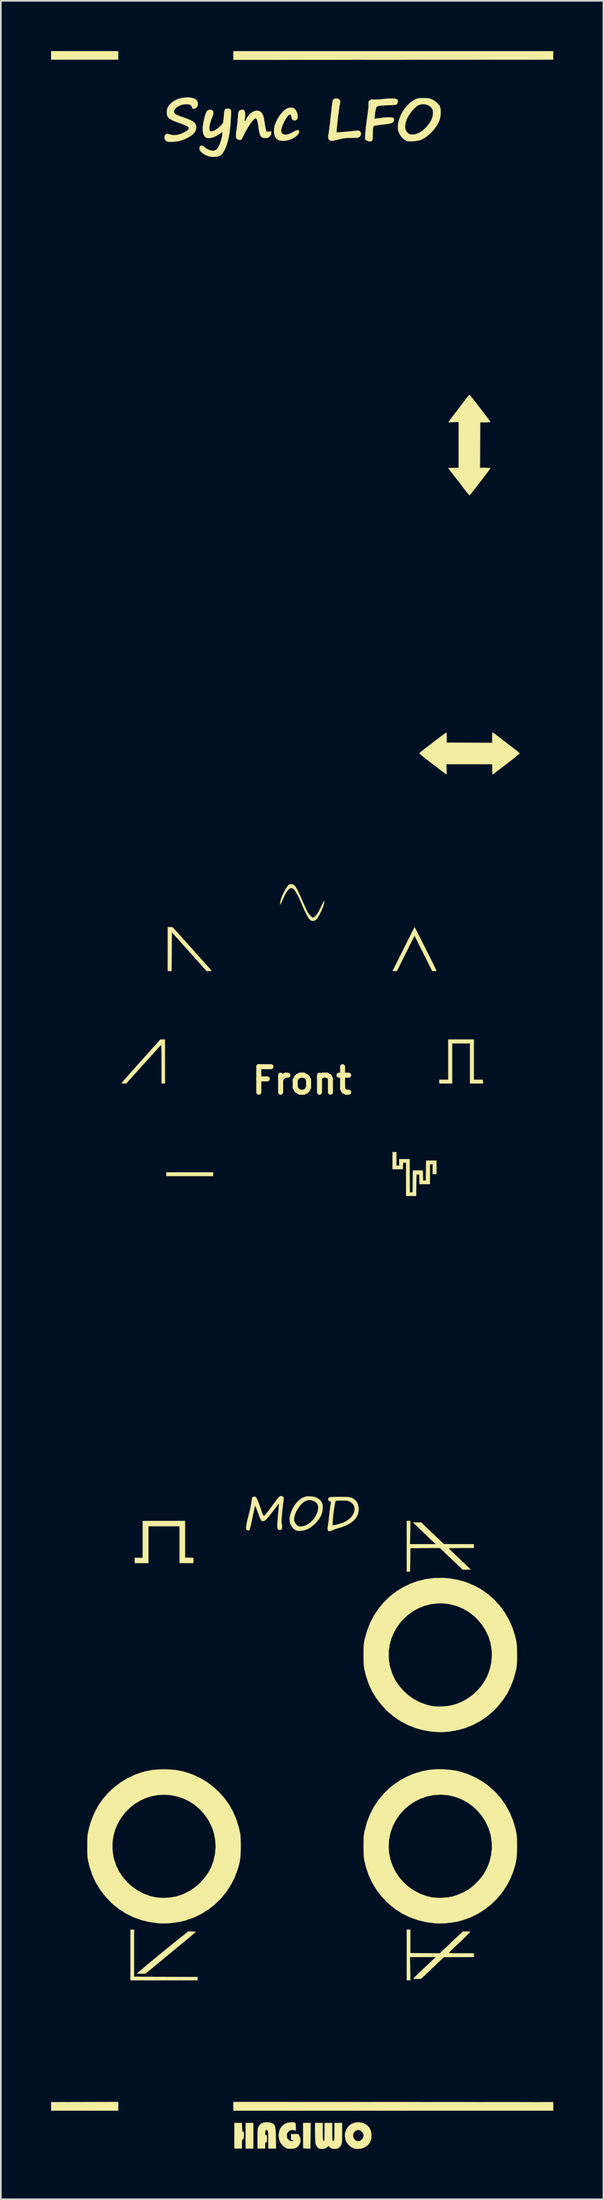
<source format=kicad_pcb>
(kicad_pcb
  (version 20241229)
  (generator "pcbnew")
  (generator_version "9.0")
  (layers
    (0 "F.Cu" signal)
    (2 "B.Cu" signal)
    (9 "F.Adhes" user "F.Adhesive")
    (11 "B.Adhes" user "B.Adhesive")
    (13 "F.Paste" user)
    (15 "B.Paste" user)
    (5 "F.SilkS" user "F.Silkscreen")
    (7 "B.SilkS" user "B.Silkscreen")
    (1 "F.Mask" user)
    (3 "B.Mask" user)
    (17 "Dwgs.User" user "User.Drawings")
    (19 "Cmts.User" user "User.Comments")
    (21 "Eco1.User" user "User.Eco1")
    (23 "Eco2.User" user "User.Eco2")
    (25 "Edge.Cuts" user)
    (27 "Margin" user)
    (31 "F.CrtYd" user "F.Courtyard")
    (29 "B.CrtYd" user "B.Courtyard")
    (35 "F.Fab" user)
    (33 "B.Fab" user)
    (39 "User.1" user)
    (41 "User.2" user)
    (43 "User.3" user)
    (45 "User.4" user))
  (footprint "Front"
    (layer "F.Cu")
    (at 14.991 61.501)
    (property "Reference" "Front" (at 0 0 0) (layer "F.SilkS") (effects (font (size 1.524 1.524) (thickness 0.3))))
    (attr through_hole)
    (fp_poly (pts (xy -10.978 -60.988) (xy -14.986 -60.988) (xy -14.986 -61.496) (xy -10.978 -61.496) (xy -10.978 -60.988)) (stroke (width 0.01) (type solid)) (fill yes) (layer "F.SilkS"))
    (fp_poly (pts (xy -5.306 5.701) (xy -8.1 5.701) (xy -8.1 5.475) (xy -5.306 5.475) (xy -5.306 5.701)) (stroke (width 0.01) (type solid)) (fill yes) (layer "F.SilkS"))
    (fp_poly (pts (xy 5.461 61.009) (xy 15.014 61.017) (xy 15.014 61.524) (xy -4.092 61.524) (xy -4.092 61.002) (xy 5.461 61.009)) (stroke (width 0.01) (type solid)) (fill yes) (layer "F.SilkS"))
    (fp_poly (pts (xy 15.014 -60.988) (xy 5.461 -60.981) (xy -4.092 -60.974) (xy -4.092 -61.496) (xy 15.014 -61.496) (xy 15.014 -60.988)) (stroke (width 0.01) (type solid)) (fill yes) (layer "F.SilkS"))
    (fp_poly (pts (xy -10.978 61.263) (xy -10.978 61.524) (xy -14.986 61.524) (xy -14.986 61.017) (xy -12.982 61.01) (xy -10.978 61.002) (xy -10.978 61.263)) (stroke (width 0.01) (type solid)) (fill yes) (layer "F.SilkS"))
    (fp_poly (pts (xy -10.033 53.523) (xy -6.237 53.538) (xy -6.237 53.735) (xy -10.245 53.735) (xy -10.245 50.715) (xy -10.139 50.715) (xy -10.033 50.715) (xy -10.033 53.523)) (stroke (width 0.01) (type solid)) (fill yes) (layer "F.SilkS"))
    (fp_poly (pts (xy -2.907 63.782) (xy -3.356 63.782) (xy -3.365 63.493) (xy -3.367 63.36) (xy -3.368 63.189) (xy -3.367 62.998) (xy -3.365 62.807) (xy -3.364 62.731) (xy -3.356 62.258) (xy -2.907 62.258) (xy -2.907 63.782)) (stroke (width 0.01) (type solid)) (fill yes) (layer "F.SilkS"))
    (fp_poly (pts (xy -6.985 28.49) (xy -6.491 28.507) (xy -6.491 28.815) (xy -7.31 28.815) (xy -7.31 26.614) (xy -9.172 26.614) (xy -9.172 28.815) (xy -9.991 28.815) (xy -9.991 28.504) (xy -9.511 28.504) (xy -9.511 26.303) (xy -8.248 26.303) (xy -6.985 26.303) (xy -6.985 28.49)) (stroke (width 0.01) (type solid)) (fill yes) (layer "F.SilkS"))
    (fp_poly (pts (xy 10.273 -0.056) (xy 10.803 -0.056) (xy 10.814 0.056) (xy 10.825 0.169) (xy 10.047 0.169) (xy 10.047 -2.23) (xy 8.975 -2.23) (xy 8.975 0.169) (xy 8.213 0.169) (xy 8.213 -0.056) (xy 8.749 -0.056) (xy 8.749 -2.455) (xy 10.273 -2.455) (xy 10.273 -0.056)) (stroke (width 0.01) (type solid)) (fill yes) (layer "F.SilkS"))
    (fp_poly (pts (xy 0.514 63.02) (xy 0.506 63.782) (xy 0.295 63.782) (xy 0.194 63.78) (xy 0.119 63.773) (xy 0.085 63.763) (xy 0.084 63.761) (xy 0.083 63.728) (xy 0.082 63.647) (xy 0.081 63.524) (xy 0.08 63.368) (xy 0.078 63.186) (xy 0.077 62.999) (xy 0.071 62.258) (xy 0.522 62.258) (xy 0.514 63.02)) (stroke (width 0.01) (type solid)) (fill yes) (layer "F.SilkS"))
    (fp_poly (pts (xy -3.578 62.519) (xy -3.573 62.643) (xy -3.566 62.72) (xy -3.554 62.764) (xy -3.534 62.783) (xy -3.514 62.788) (xy -3.485 62.797) (xy -3.469 62.822) (xy -3.463 62.876) (xy -3.465 62.97) (xy -3.466 63.004) (xy -3.473 63.114) (xy -3.484 63.179) (xy -3.503 63.213) (xy -3.53 63.227) (xy -3.555 63.238) (xy -3.571 63.266) (xy -3.58 63.319) (xy -3.584 63.409) (xy -3.584 63.511) (xy -3.584 63.782) (xy -4.036 63.782) (xy -4.036 62.258) (xy -3.586 62.258) (xy -3.578 62.519)) (stroke (width 0.01) (type solid)) (fill yes) (layer "F.SilkS"))
    (fp_poly (pts (xy -7.881 -9.172) (xy -7.795 -9.167) (xy -7.732 -9.157) (xy -7.717 -9.151) (xy -7.695 -9.128) (xy -7.64 -9.067) (xy -7.554 -8.973) (xy -7.443 -8.851) (xy -7.311 -8.704) (xy -7.16 -8.537) (xy -6.996 -8.355) (xy -6.823 -8.162) (xy -6.643 -7.962) (xy -6.462 -7.76) (xy -6.283 -7.561) (xy -6.111 -7.368) (xy -5.948 -7.187) (xy -5.8 -7.021) (xy -5.67 -6.876) (xy -5.563 -6.754) (xy -5.481 -6.662) (xy -5.43 -6.604) (xy -5.424 -6.597) (xy -5.404 -6.569) (xy -5.413 -6.554) (xy -5.461 -6.548) (xy -5.536 -6.548) (xy -5.691 -6.548) (xy -6.733 -7.71) (xy -7.775 -8.873) (xy -7.783 -7.71) (xy -7.79 -6.548) (xy -8.015 -6.548) (xy -8.015 -9.172) (xy -7.881 -9.172)) (stroke (width 0.01) (type solid)) (fill yes) (layer "F.SilkS"))
    (fp_poly (pts (xy 5.644 5.08) (xy 5.814 5.08) (xy 5.814 4.685) (xy 6.434 4.685) (xy 6.441 5.68) (xy 6.449 6.675) (xy 6.618 6.675) (xy 6.626 6.018) (xy 6.633 5.362) (xy 7.223 5.362) (xy 7.231 5.666) (xy 7.239 5.969) (xy 7.408 5.969) (xy 7.416 5.369) (xy 7.424 4.77) (xy 8.043 4.77) (xy 8.043 5.588) (xy 7.818 5.588) (xy 7.818 4.995) (xy 7.648 4.995) (xy 7.648 6.181) (xy 7.029 6.181) (xy 7.021 5.891) (xy 7.013 5.602) (xy 6.844 5.602) (xy 6.829 6.886) (xy 6.223 6.886) (xy 6.223 4.897) (xy 6.054 4.897) (xy 6.04 5.094) (xy 6.025 5.292) (xy 5.419 5.292) (xy 5.419 4.777) (xy 5.419 4.262) (xy 5.644 4.262) (xy 5.644 5.08)) (stroke (width 0.01) (type solid)) (fill yes) (layer "F.SilkS"))
    (fp_poly (pts (xy -8.184 0.169) (xy -8.382 0.169) (xy -8.382 -0.99) (xy -8.383 -1.285) (xy -8.384 -1.541) (xy -8.387 -1.756) (xy -8.392 -1.926) (xy -8.397 -2.049) (xy -8.403 -2.121) (xy -8.409 -2.14) (xy -8.432 -2.118) (xy -8.49 -2.058) (xy -8.578 -1.963) (xy -8.693 -1.837) (xy -8.831 -1.685) (xy -8.99 -1.511) (xy -9.165 -1.317) (xy -9.354 -1.108) (xy -9.468 -0.981) (xy -10.501 0.169) (xy -10.642 0.169) (xy -10.725 0.167) (xy -10.762 0.156) (xy -10.764 0.134) (xy -10.76 0.126) (xy -10.737 0.098) (xy -10.68 0.032) (xy -10.592 -0.069) (xy -10.476 -0.201) (xy -10.336 -0.359) (xy -10.174 -0.541) (xy -9.995 -0.741) (xy -9.802 -0.958) (xy -9.598 -1.186) (xy -9.598 -1.186) (xy -8.46 -2.455) (xy -8.184 -2.455) (xy -8.184 0.169)) (stroke (width 0.01) (type solid)) (fill yes) (layer "F.SilkS"))
    (fp_poly (pts (xy 6.746 -9.145) (xy 6.782 -9.078) (xy 6.837 -8.972) (xy 6.909 -8.832) (xy 6.994 -8.665) (xy 7.09 -8.476) (xy 7.193 -8.272) (xy 7.302 -8.057) (xy 7.412 -7.838) (xy 7.521 -7.62) (xy 7.627 -7.409) (xy 7.726 -7.211) (xy 7.815 -7.032) (xy 7.891 -6.877) (xy 7.952 -6.752) (xy 7.994 -6.664) (xy 8.016 -6.617) (xy 8.016 -6.615) (xy 8.028 -6.574) (xy 8.015 -6.554) (xy 7.963 -6.548) (xy 7.916 -6.548) (xy 7.789 -6.548) (xy 7.26 -7.606) (xy 6.731 -8.664) (xy 6.202 -7.606) (xy 5.673 -6.548) (xy 5.419 -6.548) (xy 6.071 -7.853) (xy 6.197 -8.105) (xy 6.315 -8.341) (xy 6.423 -8.557) (xy 6.519 -8.747) (xy 6.6 -8.908) (xy 6.664 -9.035) (xy 6.708 -9.121) (xy 6.73 -9.164) (xy 6.732 -9.168) (xy 6.746 -9.145)) (stroke (width 0.01) (type solid)) (fill yes) (layer "F.SilkS"))
    (fp_poly (pts (xy -6.639 50.823) (xy -6.534 50.828) (xy -6.338 50.842) (xy -6.506 50.987) (xy -6.558 51.031) (xy -6.649 51.108) (xy -6.775 51.213) (xy -6.932 51.343) (xy -7.114 51.494) (xy -7.319 51.663) (xy -7.54 51.846) (xy -7.775 52.04) (xy -8.013 52.236) (xy -9.352 53.34) (xy -9.601 53.34) (xy -9.711 53.339) (xy -9.797 53.336) (xy -9.844 53.332) (xy -9.85 53.329) (xy -9.828 53.307) (xy -9.767 53.253) (xy -9.671 53.17) (xy -9.544 53.062) (xy -9.39 52.933) (xy -9.213 52.787) (xy -9.019 52.625) (xy -8.81 52.454) (xy -8.592 52.274) (xy -8.369 52.092) (xy -8.145 51.908) (xy -7.924 51.729) (xy -7.711 51.555) (xy -7.51 51.393) (xy -7.325 51.244) (xy -7.16 51.112) (xy -7.021 51.001) (xy -6.911 50.915) (xy -6.834 50.857) (xy -6.795 50.83) (xy -6.792 50.828) (xy -6.733 50.823) (xy -6.639 50.823)) (stroke (width 0.01) (type solid)) (fill yes) (layer "F.SilkS"))
    (fp_poly (pts (xy 6.46 27.686) (xy 8.001 27.686) (xy 7.62 27.327) (xy 7.47 27.186) (xy 7.308 27.031) (xy 7.148 26.878) (xy 7.006 26.741) (xy 6.943 26.679) (xy 6.646 26.388) (xy 7.126 26.391) (xy 8.481 27.684) (xy 9.377 27.685) (xy 10.273 27.686) (xy 10.273 27.912) (xy 9.525 27.912) (xy 9.326 27.913) (xy 9.147 27.915) (xy 8.996 27.919) (xy 8.878 27.924) (xy 8.803 27.929) (xy 8.777 27.936) (xy 8.797 27.96) (xy 8.853 28.019) (xy 8.939 28.105) (xy 9.052 28.215) (xy 9.185 28.343) (xy 9.333 28.483) (xy 9.363 28.511) (xy 9.517 28.657) (xy 9.662 28.794) (xy 9.79 28.916) (xy 9.895 29.017) (xy 9.972 29.092) (xy 10.014 29.134) (xy 10.017 29.136) (xy 10.085 29.21) (xy 9.61 29.209) (xy 8.243 27.911) (xy 7.36 27.918) (xy 6.477 27.926) (xy 6.462 29.323) (xy 6.265 29.323) (xy 6.265 26.303) (xy 6.371 26.303) (xy 6.477 26.303) (xy 6.46 27.686)) (stroke (width 0.01) (type solid)) (fill yes) (layer "F.SilkS"))
    (fp_poly (pts (xy 3.601 62.248) (xy 3.739 62.299) (xy 3.911 62.411) (xy 4.038 62.556) (xy 4.119 62.734) (xy 4.155 62.945) (xy 4.157 63.02) (xy 4.138 63.223) (xy 4.079 63.393) (xy 3.977 63.54) (xy 3.901 63.614) (xy 3.749 63.714) (xy 3.568 63.781) (xy 3.377 63.811) (xy 3.192 63.799) (xy 3.132 63.784) (xy 2.96 63.705) (xy 2.808 63.585) (xy 2.688 63.436) (xy 2.612 63.272) (xy 2.573 63.054) (xy 2.579 62.961) (xy 3.057 62.961) (xy 3.057 63.078) (xy 3.101 63.19) (xy 3.137 63.238) (xy 3.244 63.324) (xy 3.353 63.355) (xy 3.469 63.33) (xy 3.522 63.302) (xy 3.612 63.218) (xy 3.671 63.106) (xy 3.689 62.985) (xy 3.685 62.95) (xy 3.642 62.849) (xy 3.562 62.759) (xy 3.463 62.697) (xy 3.379 62.676) (xy 3.26 62.696) (xy 3.163 62.758) (xy 3.093 62.851) (xy 3.057 62.961) (xy 2.579 62.961) (xy 2.585 62.848) (xy 2.645 62.659) (xy 2.752 62.494) (xy 2.902 62.36) (xy 3.006 62.299) (xy 3.195 62.236) (xy 3.399 62.219) (xy 3.601 62.248)) (stroke (width 0.01) (type solid)) (fill yes) (layer "F.SilkS"))
    (fp_poly (pts (xy -1.895 62.237) (xy -1.771 62.278) (xy -1.742 62.294) (xy -1.689 62.334) (xy -1.648 62.382) (xy -1.617 62.446) (xy -1.594 62.532) (xy -1.578 62.649) (xy -1.568 62.802) (xy -1.561 62.999) (xy -1.557 63.168) (xy -1.547 63.782) (xy -2.004 63.782) (xy -2.004 63.286) (xy -2.005 63.083) (xy -2.01 62.93) (xy -2.02 62.82) (xy -2.035 62.747) (xy -2.058 62.704) (xy -2.089 62.685) (xy -2.115 62.682) (xy -2.163 62.699) (xy -2.191 62.754) (xy -2.201 62.856) (xy -2.201 62.881) (xy -2.196 62.954) (xy -2.176 62.986) (xy -2.145 62.992) (xy -2.116 62.997) (xy -2.099 63.02) (xy -2.091 63.072) (xy -2.089 63.166) (xy -2.088 63.204) (xy -2.09 63.312) (xy -2.096 63.375) (xy -2.11 63.406) (xy -2.135 63.415) (xy -2.145 63.415) (xy -2.175 63.421) (xy -2.192 63.447) (xy -2.2 63.504) (xy -2.201 63.599) (xy -2.201 63.782) (xy -2.653 63.782) (xy -2.653 63.196) (xy -2.653 62.997) (xy -2.651 62.847) (xy -2.648 62.735) (xy -2.641 62.654) (xy -2.631 62.594) (xy -2.617 62.546) (xy -2.598 62.502) (xy -2.589 62.485) (xy -2.536 62.399) (xy -2.477 62.328) (xy -2.455 62.31) (xy -2.345 62.257) (xy -2.201 62.227) (xy -2.045 62.221) (xy -1.895 62.237)) (stroke (width 0.01) (type solid)) (fill yes) (layer "F.SilkS"))
    (fp_poly (pts (xy -0.533 62.224) (xy -0.447 62.235) (xy -0.397 62.265) (xy -0.374 62.325) (xy -0.367 62.421) (xy -0.367 62.489) (xy -0.367 62.716) (xy -0.444 62.697) (xy -0.505 62.682) (xy -0.547 62.676) (xy -0.601 62.677) (xy -0.631 62.678) (xy -0.716 62.706) (xy -0.807 62.778) (xy -0.866 62.844) (xy -0.894 62.906) (xy -0.903 62.99) (xy -0.903 63.02) (xy -0.898 63.116) (xy -0.875 63.182) (xy -0.827 63.242) (xy -0.822 63.247) (xy -0.729 63.318) (xy -0.632 63.354) (xy -0.55 63.349) (xy -0.511 63.319) (xy -0.52 63.289) (xy -0.573 63.274) (xy -0.579 63.274) (xy -0.617 63.271) (xy -0.638 63.252) (xy -0.647 63.205) (xy -0.649 63.116) (xy -0.649 63.098) (xy -0.649 62.921) (xy -0.43 62.923) (xy -0.212 62.925) (xy -0.146 63.05) (xy -0.095 63.203) (xy -0.091 63.361) (xy -0.132 63.51) (xy -0.213 63.639) (xy -0.333 63.736) (xy -0.347 63.744) (xy -0.441 63.775) (xy -0.569 63.794) (xy -0.706 63.8) (xy -0.831 63.791) (xy -0.898 63.776) (xy -1.022 63.711) (xy -1.144 63.607) (xy -1.25 63.48) (xy -1.325 63.344) (xy -1.328 63.337) (xy -1.371 63.164) (xy -1.383 62.977) (xy -1.363 62.794) (xy -1.313 62.634) (xy -1.29 62.59) (xy -1.166 62.425) (xy -1.018 62.31) (xy -0.842 62.243) (xy -0.666 62.223) (xy -0.533 62.224)) (stroke (width 0.01) (type solid)) (fill yes) (layer "F.SilkS"))
    (fp_poly (pts (xy -0.532 -58.108) (xy -0.436 -58.053) (xy -0.356 -57.954) (xy -0.296 -57.831) (xy -0.261 -57.699) (xy -0.252 -57.572) (xy -0.272 -57.465) (xy -0.31 -57.404) (xy -0.39 -57.358) (xy -0.477 -57.357) (xy -0.554 -57.394) (xy -0.607 -57.463) (xy -0.621 -57.533) (xy -0.634 -57.619) (xy -0.668 -57.685) (xy -0.714 -57.714) (xy -0.717 -57.714) (xy -0.773 -57.689) (xy -0.842 -57.621) (xy -0.919 -57.519) (xy -0.998 -57.393) (xy -1.074 -57.253) (xy -1.141 -57.109) (xy -1.194 -56.97) (xy -1.227 -56.847) (xy -1.233 -56.804) (xy -1.24 -56.71) (xy -1.232 -56.651) (xy -1.205 -56.605) (xy -1.176 -56.574) (xy -1.08 -56.516) (xy -0.952 -56.504) (xy -0.796 -56.537) (xy -0.612 -56.615) (xy -0.486 -56.686) (xy -0.358 -56.752) (xy -0.258 -56.78) (xy -0.191 -56.77) (xy -0.162 -56.731) (xy -0.167 -56.639) (xy -0.223 -56.537) (xy -0.33 -56.428) (xy -0.396 -56.376) (xy -0.585 -56.262) (xy -0.791 -56.182) (xy -1.001 -56.141) (xy -1.2 -56.139) (xy -1.362 -56.174) (xy -1.47 -56.222) (xy -1.543 -56.284) (xy -1.6 -56.378) (xy -1.615 -56.41) (xy -1.654 -56.55) (xy -1.668 -56.722) (xy -1.655 -56.906) (xy -1.622 -57.059) (xy -1.551 -57.252) (xy -1.451 -57.451) (xy -1.331 -57.642) (xy -1.198 -57.813) (xy -1.062 -57.953) (xy -0.941 -58.043) (xy -0.799 -58.104) (xy -0.659 -58.126) (xy -0.532 -58.108)) (stroke (width 0.01) (type solid)) (fill yes) (layer "F.SilkS"))
    (fp_poly (pts (xy 1.242 62.773) (xy 1.244 62.98) (xy 1.248 63.135) (xy 1.256 63.245) (xy 1.269 63.314) (xy 1.287 63.348) (xy 1.311 63.353) (xy 1.323 63.347) (xy 1.336 63.312) (xy 1.345 63.225) (xy 1.352 63.084) (xy 1.354 62.889) (xy 1.355 62.793) (xy 1.355 62.258) (xy 1.806 62.258) (xy 1.806 62.777) (xy 1.807 62.973) (xy 1.811 63.119) (xy 1.817 63.222) (xy 1.826 63.287) (xy 1.839 63.321) (xy 1.844 63.327) (xy 1.877 63.346) (xy 1.903 63.339) (xy 1.922 63.3) (xy 1.935 63.225) (xy 1.943 63.106) (xy 1.947 62.941) (xy 1.947 62.775) (xy 1.947 62.258) (xy 2.399 62.258) (xy 2.399 62.852) (xy 2.398 63.07) (xy 2.395 63.239) (xy 2.389 63.365) (xy 2.379 63.456) (xy 2.367 63.518) (xy 2.358 63.543) (xy 2.281 63.675) (xy 2.177 63.761) (xy 2.039 63.804) (xy 1.938 63.81) (xy 1.835 63.795) (xy 1.734 63.756) (xy 1.654 63.702) (xy 1.618 63.653) (xy 1.6 63.633) (xy 1.567 63.647) (xy 1.508 63.7) (xy 1.506 63.701) (xy 1.44 63.757) (xy 1.373 63.787) (xy 1.28 63.801) (xy 1.249 63.803) (xy 1.131 63.802) (xy 1.04 63.785) (xy 1.019 63.776) (xy 0.919 63.693) (xy 0.845 63.57) (xy 0.817 63.484) (xy 0.809 63.421) (xy 0.802 63.313) (xy 0.796 63.17) (xy 0.793 63.004) (xy 0.791 62.824) (xy 0.791 62.816) (xy 0.79 62.258) (xy 1.242 62.258) (xy 1.242 62.773)) (stroke (width 0.01) (type solid)) (fill yes) (layer "F.SilkS"))
    (fp_poly (pts (xy 6.477 52.112) (xy 7.36 52.118) (xy 8.243 52.124) (xy 8.785 51.612) (xy 8.94 51.467) (xy 9.088 51.326) (xy 9.224 51.198) (xy 9.339 51.089) (xy 9.426 51.005) (xy 9.471 50.963) (xy 9.614 50.825) (xy 9.831 50.823) (xy 9.936 50.823) (xy 10.018 50.827) (xy 10.06 50.833) (xy 10.063 50.835) (xy 10.047 50.857) (xy 9.994 50.913) (xy 9.91 50.998) (xy 9.799 51.107) (xy 9.665 51.237) (xy 9.515 51.381) (xy 9.427 51.463) (xy 9.268 51.614) (xy 9.123 51.753) (xy 8.998 51.875) (xy 8.895 51.976) (xy 8.822 52.05) (xy 8.783 52.093) (xy 8.777 52.102) (xy 8.804 52.108) (xy 8.88 52.114) (xy 8.998 52.119) (xy 9.15 52.123) (xy 9.33 52.126) (xy 9.525 52.126) (xy 10.273 52.126) (xy 10.273 52.352) (xy 9.377 52.353) (xy 8.481 52.354) (xy 7.797 53.002) (xy 7.113 53.65) (xy 6.885 53.65) (xy 6.773 53.65) (xy 6.709 53.645) (xy 6.682 53.635) (xy 6.683 53.617) (xy 6.694 53.6) (xy 6.724 53.568) (xy 6.789 53.503) (xy 6.884 53.411) (xy 7.002 53.296) (xy 7.139 53.166) (xy 7.281 53.032) (xy 7.432 52.889) (xy 7.574 52.756) (xy 7.7 52.637) (xy 7.803 52.539) (xy 7.878 52.468) (xy 7.916 52.433) (xy 8 52.352) (xy 6.46 52.352) (xy 6.477 53.735) (xy 6.371 53.735) (xy 6.265 53.735) (xy 6.265 50.715) (xy 6.371 50.715) (xy 6.477 50.715) (xy 6.477 52.112)) (stroke (width 0.01) (type solid)) (fill yes) (layer "F.SilkS"))
    (fp_poly (pts (xy 0.637 24.844) (xy 0.801 24.877) (xy 0.937 24.939) (xy 1.057 25.031) (xy 1.092 25.066) (xy 1.167 25.158) (xy 1.214 25.255) (xy 1.236 25.373) (xy 1.242 25.51) (xy 1.22 25.739) (xy 1.153 25.955) (xy 1.038 26.164) (xy 0.871 26.373) (xy 0.751 26.494) (xy 0.556 26.658) (xy 0.367 26.773) (xy 0.172 26.845) (xy 0.053 26.869) (xy -0.077 26.886) (xy -0.169 26.891) (xy -0.24 26.886) (xy -0.308 26.87) (xy -0.311 26.869) (xy -0.415 26.825) (xy -0.503 26.757) (xy -0.592 26.65) (xy -0.611 26.623) (xy -0.697 26.452) (xy -0.733 26.26) (xy -0.729 26.196) (xy -0.471 26.196) (xy -0.464 26.283) (xy -0.428 26.383) (xy -0.361 26.487) (xy -0.279 26.573) (xy -0.213 26.616) (xy -0.113 26.635) (xy 0.017 26.626) (xy 0.16 26.59) (xy 0.302 26.531) (xy 0.311 26.526) (xy 0.511 26.39) (xy 0.687 26.211) (xy 0.829 26.003) (xy 0.928 25.778) (xy 0.947 25.715) (xy 0.976 25.528) (xy 0.96 25.372) (xy 0.898 25.247) (xy 0.789 25.15) (xy 0.738 25.121) (xy 0.561 25.057) (xy 0.391 25.049) (xy 0.227 25.095) (xy 0.066 25.196) (xy -0.092 25.354) (xy -0.152 25.43) (xy -0.285 25.631) (xy -0.385 25.832) (xy -0.448 26.023) (xy -0.471 26.196) (xy -0.729 26.196) (xy -0.72 26.045) (xy -0.657 25.806) (xy -0.564 25.583) (xy -0.434 25.357) (xy -0.277 25.161) (xy -0.101 25.005) (xy 0.04 24.919) (xy 0.148 24.871) (xy 0.239 24.844) (xy 0.341 24.834) (xy 0.432 24.832) (xy 0.637 24.844)) (stroke (width 0.01) (type solid)) (fill yes) (layer "F.SilkS"))
    (fp_poly (pts (xy 2.194 -58.633) (xy 2.23 -58.603) (xy 2.297 -58.532) (xy 2.251 -58.243) (xy 2.229 -58.101) (xy 2.206 -57.934) (xy 2.182 -57.75) (xy 2.158 -57.557) (xy 2.135 -57.363) (xy 2.114 -57.177) (xy 2.096 -57.007) (xy 2.082 -56.861) (xy 2.072 -56.748) (xy 2.068 -56.675) (xy 2.07 -56.651) (xy 2.104 -56.647) (xy 2.184 -56.648) (xy 2.303 -56.655) (xy 2.451 -56.665) (xy 2.62 -56.679) (xy 2.799 -56.696) (xy 2.981 -56.714) (xy 3.125 -56.731) (xy 3.252 -56.745) (xy 3.337 -56.749) (xy 3.394 -56.744) (xy 3.436 -56.728) (xy 3.457 -56.715) (xy 3.514 -56.648) (xy 3.532 -56.558) (xy 3.51 -56.463) (xy 3.456 -56.387) (xy 3.425 -56.361) (xy 3.392 -56.342) (xy 3.346 -56.33) (xy 3.277 -56.322) (xy 3.176 -56.318) (xy 3.033 -56.315) (xy 2.955 -56.314) (xy 2.776 -56.311) (xy 2.637 -56.305) (xy 2.52 -56.293) (xy 2.408 -56.274) (xy 2.283 -56.245) (xy 2.192 -56.222) (xy 2.017 -56.178) (xy 1.886 -56.15) (xy 1.792 -56.138) (xy 1.724 -56.141) (xy 1.676 -56.157) (xy 1.658 -56.169) (xy 1.6 -56.236) (xy 1.574 -56.329) (xy 1.577 -56.456) (xy 1.595 -56.565) (xy 1.609 -56.644) (xy 1.627 -56.77) (xy 1.649 -56.935) (xy 1.673 -57.13) (xy 1.698 -57.346) (xy 1.723 -57.574) (xy 1.734 -57.672) (xy 1.761 -57.922) (xy 1.783 -58.122) (xy 1.802 -58.278) (xy 1.818 -58.396) (xy 1.832 -58.482) (xy 1.846 -58.542) (xy 1.86 -58.582) (xy 1.875 -58.607) (xy 1.892 -58.624) (xy 1.987 -58.668) (xy 2.095 -58.671) (xy 2.194 -58.633)) (stroke (width 0.01) (type solid)) (fill yes) (layer "F.SilkS"))
    (fp_poly (pts (xy 11.424 -20.783) (xy 11.488 -20.738) (xy 11.579 -20.672) (xy 11.688 -20.589) (xy 11.712 -20.571) (xy 11.828 -20.482) (xy 11.977 -20.368) (xy 12.145 -20.239) (xy 12.321 -20.105) (xy 12.491 -19.975) (xy 12.509 -19.96) (xy 12.654 -19.849) (xy 12.783 -19.747) (xy 12.888 -19.661) (xy 12.964 -19.595) (xy 13.004 -19.555) (xy 13.009 -19.547) (xy 12.987 -19.523) (xy 12.925 -19.47) (xy 12.828 -19.39) (xy 12.701 -19.289) (xy 12.549 -19.169) (xy 12.377 -19.036) (xy 12.198 -18.899) (xy 11.388 -18.282) (xy 11.38 -18.595) (xy 11.372 -18.909) (xy 8.632 -18.909) (xy 8.641 -18.598) (xy 8.644 -18.474) (xy 8.646 -18.373) (xy 8.645 -18.307) (xy 8.644 -18.288) (xy 8.62 -18.304) (xy 8.56 -18.349) (xy 8.469 -18.416) (xy 8.357 -18.501) (xy 8.276 -18.563) (xy 7.999 -18.774) (xy 7.764 -18.953) (xy 7.568 -19.104) (xy 7.407 -19.228) (xy 7.279 -19.327) (xy 7.18 -19.406) (xy 7.108 -19.465) (xy 7.058 -19.508) (xy 7.028 -19.536) (xy 7.015 -19.554) (xy 7.015 -19.56) (xy 7.04 -19.583) (xy 7.105 -19.636) (xy 7.202 -19.712) (xy 7.325 -19.808) (xy 7.468 -19.919) (xy 7.624 -20.04) (xy 7.788 -20.166) (xy 7.953 -20.292) (xy 8.113 -20.414) (xy 8.261 -20.526) (xy 8.391 -20.624) (xy 8.497 -20.703) (xy 8.573 -20.759) (xy 8.612 -20.785) (xy 8.615 -20.787) (xy 8.631 -20.779) (xy 8.642 -20.737) (xy 8.648 -20.653) (xy 8.65 -20.521) (xy 8.65 -20.497) (xy 8.65 -20.193) (xy 10.012 -20.186) (xy 11.374 -20.178) (xy 11.374 -20.489) (xy 11.375 -20.614) (xy 11.38 -20.715) (xy 11.387 -20.78) (xy 11.395 -20.8) (xy 11.424 -20.783)) (stroke (width 0.01) (type solid)) (fill yes) (layer "F.SilkS"))
    (fp_poly (pts (xy -0.54 -11.721) (xy -0.455 -11.663) (xy -0.403 -11.605) (xy -0.351 -11.533) (xy -0.295 -11.439) (xy -0.232 -11.319) (xy -0.159 -11.164) (xy -0.071 -10.97) (xy 0.031 -10.733) (xy 0.109 -10.555) (xy 0.185 -10.387) (xy 0.255 -10.237) (xy 0.314 -10.116) (xy 0.358 -10.034) (xy 0.368 -10.018) (xy 0.447 -9.909) (xy 0.531 -9.819) (xy 0.607 -9.758) (xy 0.665 -9.737) (xy 0.735 -9.763) (xy 0.818 -9.836) (xy 0.909 -9.952) (xy 1.004 -10.104) (xy 1.082 -10.255) (xy 1.146 -10.386) (xy 1.205 -10.509) (xy 1.253 -10.608) (xy 1.282 -10.668) (xy 1.33 -10.767) (xy 1.319 -10.61) (xy 1.3 -10.513) (xy 1.258 -10.383) (xy 1.198 -10.233) (xy 1.127 -10.075) (xy 1.05 -9.921) (xy 0.973 -9.784) (xy 0.902 -9.677) (xy 0.847 -9.614) (xy 0.735 -9.551) (xy 0.621 -9.543) (xy 0.51 -9.59) (xy 0.485 -9.61) (xy 0.422 -9.681) (xy 0.346 -9.8) (xy 0.258 -9.961) (xy 0.162 -10.158) (xy 0.062 -10.384) (xy 0.014 -10.499) (xy -0.082 -10.724) (xy -0.178 -10.932) (xy -0.27 -11.115) (xy -0.354 -11.266) (xy -0.427 -11.378) (xy -0.484 -11.444) (xy -0.559 -11.491) (xy -0.631 -11.514) (xy -0.642 -11.515) (xy -0.722 -11.488) (xy -0.811 -11.41) (xy -0.907 -11.286) (xy -1.004 -11.119) (xy -1.048 -11.031) (xy -1.109 -10.904) (xy -1.167 -10.78) (xy -1.216 -10.679) (xy -1.234 -10.64) (xy -1.295 -10.513) (xy -1.296 -10.632) (xy -1.284 -10.725) (xy -1.247 -10.851) (xy -1.191 -10.997) (xy -1.121 -11.154) (xy -1.044 -11.311) (xy -0.963 -11.456) (xy -0.886 -11.578) (xy -0.816 -11.668) (xy -0.766 -11.71) (xy -0.653 -11.741) (xy -0.54 -11.721)) (stroke (width 0.01) (type solid)) (fill yes) (layer "F.SilkS"))
    (fp_poly (pts (xy 10.037 -40.947) (xy 10.065 -40.916) (xy 10.125 -40.842) (xy 10.215 -40.728) (xy 10.331 -40.579) (xy 10.472 -40.397) (xy 10.636 -40.184) (xy 10.819 -39.944) (xy 11.021 -39.68) (xy 11.07 -39.615) (xy 11.147 -39.513) (xy 11.208 -39.428) (xy 11.249 -39.369) (xy 11.261 -39.346) (xy 11.234 -39.339) (xy 11.163 -39.333) (xy 11.059 -39.329) (xy 10.957 -39.328) (xy 10.654 -39.328) (xy 10.647 -37.966) (xy 10.639 -36.604) (xy 10.95 -36.604) (xy 11.075 -36.602) (xy 11.176 -36.598) (xy 11.241 -36.59) (xy 11.261 -36.583) (xy 11.244 -36.555) (xy 11.197 -36.49) (xy 11.125 -36.392) (xy 11.033 -36.268) (xy 10.925 -36.125) (xy 10.805 -35.969) (xy 10.68 -35.805) (xy 10.553 -35.64) (xy 10.429 -35.481) (xy 10.314 -35.332) (xy 10.211 -35.202) (xy 10.126 -35.095) (xy 10.064 -35.018) (xy 10.028 -34.978) (xy 10.022 -34.973) (xy 9.996 -34.991) (xy 9.943 -35.045) (xy 9.873 -35.127) (xy 9.804 -35.213) (xy 9.705 -35.341) (xy 9.599 -35.479) (xy 9.503 -35.605) (xy 9.463 -35.659) (xy 9.392 -35.751) (xy 9.333 -35.829) (xy 9.296 -35.878) (xy 9.289 -35.887) (xy 9.263 -35.919) (xy 9.21 -35.987) (xy 9.136 -36.082) (xy 9.048 -36.196) (xy 9.004 -36.253) (xy 8.743 -36.59) (xy 9.056 -36.598) (xy 9.37 -36.606) (xy 9.37 -39.345) (xy 9.063 -39.336) (xy 8.757 -39.328) (xy 8.802 -39.398) (xy 8.832 -39.441) (xy 8.891 -39.52) (xy 8.973 -39.63) (xy 9.072 -39.761) (xy 9.184 -39.907) (xy 9.237 -39.977) (xy 9.364 -40.142) (xy 9.492 -40.309) (xy 9.613 -40.467) (xy 9.718 -40.605) (xy 9.799 -40.712) (xy 9.814 -40.731) (xy 9.9 -40.843) (xy 9.962 -40.914) (xy 10.003 -40.948) (xy 10.031 -40.951) (xy 10.037 -40.947)) (stroke (width 0.01) (type solid)) (fill yes) (layer "F.SilkS"))
    (fp_poly (pts (xy 7.414 -58.687) (xy 7.519 -58.683) (xy 7.599 -58.673) (xy 7.668 -58.654) (xy 7.741 -58.623) (xy 7.795 -58.599) (xy 7.977 -58.493) (xy 8.122 -58.368) (xy 8.225 -58.232) (xy 8.267 -58.13) (xy 8.292 -57.976) (xy 8.295 -57.793) (xy 8.276 -57.601) (xy 8.238 -57.422) (xy 8.206 -57.328) (xy 8.074 -57.073) (xy 7.897 -56.823) (xy 7.685 -56.593) (xy 7.45 -56.395) (xy 7.366 -56.337) (xy 7.214 -56.248) (xy 7.069 -56.185) (xy 6.911 -56.145) (xy 6.726 -56.122) (xy 6.604 -56.115) (xy 6.47 -56.11) (xy 6.378 -56.111) (xy 6.312 -56.119) (xy 6.257 -56.137) (xy 6.198 -56.168) (xy 6.167 -56.187) (xy 6.027 -56.289) (xy 5.912 -56.42) (xy 5.813 -56.586) (xy 5.752 -56.766) (xy 5.733 -56.97) (xy 5.737 -57.007) (xy 6.17 -57.007) (xy 6.172 -56.894) (xy 6.187 -56.814) (xy 6.22 -56.742) (xy 6.241 -56.708) (xy 6.342 -56.593) (xy 6.461 -56.527) (xy 6.605 -56.507) (xy 6.779 -56.532) (xy 6.83 -56.546) (xy 7.032 -56.63) (xy 7.228 -56.761) (xy 7.426 -56.944) (xy 7.444 -56.963) (xy 7.604 -57.16) (xy 7.725 -57.363) (xy 7.804 -57.564) (xy 7.839 -57.757) (xy 7.828 -57.934) (xy 7.802 -58.02) (xy 7.725 -58.14) (xy 7.609 -58.235) (xy 7.464 -58.299) (xy 7.304 -58.33) (xy 7.139 -58.324) (xy 6.982 -58.278) (xy 6.973 -58.273) (xy 6.832 -58.183) (xy 6.686 -58.05) (xy 6.542 -57.885) (xy 6.41 -57.699) (xy 6.299 -57.503) (xy 6.237 -57.362) (xy 6.182 -57.152) (xy 6.17 -57.007) (xy 5.737 -57.007) (xy 5.755 -57.191) (xy 5.812 -57.422) (xy 5.902 -57.654) (xy 6.021 -57.881) (xy 6.166 -58.095) (xy 6.332 -58.289) (xy 6.518 -58.455) (xy 6.718 -58.586) (xy 6.773 -58.614) (xy 6.846 -58.646) (xy 6.912 -58.668) (xy 6.988 -58.68) (xy 7.087 -58.686) (xy 7.224 -58.688) (xy 7.267 -58.688) (xy 7.414 -58.687)) (stroke (width 0.01) (type solid)) (fill yes) (layer "F.SilkS"))
    (fp_poly (pts (xy -3.497 -57.986) (xy -3.447 -57.959) (xy -3.417 -57.892) (xy -3.399 -57.786) (xy -3.394 -57.657) (xy -3.403 -57.521) (xy -3.408 -57.481) (xy -3.42 -57.391) (xy -3.421 -57.327) (xy -3.416 -57.306) (xy -3.393 -57.321) (xy -3.359 -57.375) (xy -3.339 -57.412) (xy -3.231 -57.596) (xy -3.104 -57.744) (xy -2.966 -57.853) (xy -2.822 -57.919) (xy -2.679 -57.94) (xy -2.543 -57.911) (xy -2.492 -57.885) (xy -2.42 -57.827) (xy -2.362 -57.746) (xy -2.314 -57.634) (xy -2.274 -57.482) (xy -2.238 -57.284) (xy -2.229 -57.226) (xy -2.206 -57.078) (xy -2.183 -56.943) (xy -2.162 -56.835) (xy -2.145 -56.766) (xy -2.143 -56.761) (xy -2.121 -56.707) (xy -2.094 -56.682) (xy -2.043 -56.679) (xy -1.973 -56.687) (xy -1.89 -56.696) (xy -1.848 -56.69) (xy -1.833 -56.667) (xy -1.831 -56.653) (xy -1.834 -56.549) (xy -1.866 -56.471) (xy -1.934 -56.395) (xy -1.999 -56.341) (xy -2.06 -56.313) (xy -2.141 -56.304) (xy -2.19 -56.303) (xy -2.297 -56.313) (xy -2.382 -56.345) (xy -2.449 -56.405) (xy -2.501 -56.499) (xy -2.542 -56.634) (xy -2.575 -56.815) (xy -2.598 -56.996) (xy -2.627 -57.196) (xy -2.662 -57.345) (xy -2.704 -57.443) (xy -2.751 -57.486) (xy -2.766 -57.489) (xy -2.821 -57.464) (xy -2.895 -57.397) (xy -2.985 -57.292) (xy -3.085 -57.158) (xy -3.189 -57.001) (xy -3.294 -56.828) (xy -3.394 -56.647) (xy -3.467 -56.501) (xy -3.522 -56.388) (xy -3.571 -56.294) (xy -3.609 -56.231) (xy -3.624 -56.212) (xy -3.698 -56.192) (xy -3.793 -56.208) (xy -3.838 -56.227) (xy -3.887 -56.259) (xy -3.919 -56.303) (xy -3.937 -56.367) (xy -3.941 -56.459) (xy -3.932 -56.587) (xy -3.91 -56.76) (xy -3.9 -56.831) (xy -3.876 -57.011) (xy -3.854 -57.201) (xy -3.836 -57.381) (xy -3.825 -57.529) (xy -3.824 -57.545) (xy -3.812 -57.714) (xy -3.791 -57.834) (xy -3.758 -57.914) (xy -3.708 -57.962) (xy -3.637 -57.986) (xy -3.593 -57.991) (xy -3.497 -57.986)) (stroke (width 0.01) (type solid)) (fill yes) (layer "F.SilkS"))
    (fp_poly (pts (xy 2.65 24.865) (xy 2.784 24.875) (xy 2.89 24.892) (xy 2.975 24.918) (xy 3.05 24.955) (xy 3.124 25.004) (xy 3.147 25.021) (xy 3.261 25.142) (xy 3.34 25.297) (xy 3.383 25.475) (xy 3.389 25.664) (xy 3.357 25.854) (xy 3.285 26.034) (xy 3.258 26.079) (xy 3.123 26.246) (xy 2.938 26.398) (xy 2.708 26.532) (xy 2.44 26.645) (xy 2.236 26.708) (xy 2.11 26.745) (xy 1.995 26.782) (xy 1.908 26.815) (xy 1.883 26.826) (xy 1.747 26.885) (xy 1.639 26.906) (xy 1.602 26.902) (xy 1.553 26.865) (xy 1.532 26.784) (xy 1.54 26.666) (xy 1.549 26.622) (xy 1.56 26.557) (xy 1.826 26.557) (xy 1.898 26.557) (xy 1.956 26.549) (xy 2.052 26.529) (xy 2.168 26.499) (xy 2.219 26.485) (xy 2.472 26.397) (xy 2.68 26.294) (xy 2.85 26.17) (xy 2.934 26.087) (xy 3.055 25.924) (xy 3.128 25.758) (xy 3.153 25.596) (xy 3.131 25.443) (xy 3.062 25.307) (xy 2.946 25.194) (xy 2.859 25.142) (xy 2.795 25.114) (xy 2.732 25.095) (xy 2.657 25.083) (xy 2.557 25.078) (xy 2.416 25.077) (xy 2.376 25.077) (xy 2.213 25.079) (xy 2.101 25.086) (xy 2.034 25.098) (xy 2.006 25.114) (xy 1.992 25.159) (xy 1.973 25.249) (xy 1.952 25.375) (xy 1.929 25.526) (xy 1.905 25.691) (xy 1.884 25.86) (xy 1.865 26.023) (xy 1.85 26.169) (xy 1.842 26.282) (xy 1.826 26.557) (xy 1.56 26.557) (xy 1.562 26.545) (xy 1.579 26.427) (xy 1.598 26.28) (xy 1.616 26.119) (xy 1.624 26.049) (xy 1.642 25.877) (xy 1.663 25.705) (xy 1.683 25.551) (xy 1.7 25.43) (xy 1.705 25.4) (xy 1.725 25.275) (xy 1.731 25.194) (xy 1.72 25.146) (xy 1.691 25.12) (xy 1.652 25.106) (xy 1.594 25.076) (xy 1.57 25.045) (xy 1.57 24.978) (xy 1.608 24.913) (xy 1.658 24.88) (xy 1.701 24.876) (xy 1.79 24.871) (xy 1.917 24.867) (xy 2.071 24.864) (xy 2.244 24.861) (xy 2.258 24.861) (xy 2.477 24.861) (xy 2.65 24.865)) (stroke (width 0.01) (type solid)) (fill yes) (layer "F.SilkS"))
    (fp_poly (pts (xy 5.569 -58.656) (xy 5.654 -58.63) (xy 5.708 -58.591) (xy 5.726 -58.565) (xy 5.736 -58.495) (xy 5.717 -58.41) (xy 5.678 -58.336) (xy 5.646 -58.308) (xy 5.6 -58.297) (xy 5.509 -58.286) (xy 5.384 -58.276) (xy 5.237 -58.268) (xy 5.16 -58.265) (xy 4.927 -58.256) (xy 4.745 -58.242) (xy 4.611 -58.225) (xy 4.521 -58.203) (xy 4.468 -58.176) (xy 4.457 -58.162) (xy 4.431 -58.097) (xy 4.404 -57.99) (xy 4.38 -57.856) (xy 4.36 -57.708) (xy 4.354 -57.65) (xy 4.338 -57.459) (xy 4.504 -57.476) (xy 4.633 -57.491) (xy 4.775 -57.51) (xy 4.84 -57.519) (xy 4.984 -57.536) (xy 5.13 -57.544) (xy 5.263 -57.543) (xy 5.371 -57.534) (xy 5.441 -57.517) (xy 5.452 -57.51) (xy 5.504 -57.439) (xy 5.508 -57.359) (xy 5.471 -57.281) (xy 5.396 -57.216) (xy 5.311 -57.181) (xy 5.245 -57.169) (xy 5.137 -57.152) (xy 4.999 -57.133) (xy 4.847 -57.114) (xy 4.802 -57.109) (xy 4.652 -57.09) (xy 4.518 -57.071) (xy 4.411 -57.055) (xy 4.345 -57.041) (xy 4.333 -57.038) (xy 4.296 -57.013) (xy 4.269 -56.965) (xy 4.25 -56.889) (xy 4.239 -56.774) (xy 4.234 -56.616) (xy 4.234 -56.506) (xy 4.231 -56.378) (xy 4.223 -56.267) (xy 4.212 -56.188) (xy 4.204 -56.16) (xy 4.153 -56.119) (xy 4.071 -56.104) (xy 3.975 -56.113) (xy 3.884 -56.146) (xy 3.852 -56.167) (xy 3.774 -56.229) (xy 3.79 -56.555) (xy 3.799 -56.686) (xy 3.816 -56.858) (xy 3.837 -57.056) (xy 3.863 -57.265) (xy 3.89 -57.472) (xy 3.894 -57.497) (xy 3.925 -57.713) (xy 3.948 -57.882) (xy 3.965 -58.012) (xy 3.976 -58.112) (xy 3.981 -58.19) (xy 3.983 -58.255) (xy 3.982 -58.315) (xy 3.978 -58.375) (xy 3.981 -58.459) (xy 4.012 -58.518) (xy 4.049 -58.553) (xy 4.104 -58.593) (xy 4.161 -58.609) (xy 4.242 -58.606) (xy 4.272 -58.603) (xy 4.354 -58.599) (xy 4.477 -58.603) (xy 4.625 -58.612) (xy 4.783 -58.626) (xy 4.818 -58.63) (xy 5.076 -58.655) (xy 5.284 -58.668) (xy 5.447 -58.669) (xy 5.569 -58.656)) (stroke (width 0.01) (type solid)) (fill yes) (layer "F.SilkS"))
    (fp_poly (pts (xy -6.627 -58.715) (xy -6.455 -58.67) (xy -6.328 -58.597) (xy -6.247 -58.498) (xy -6.215 -58.375) (xy -6.218 -58.298) (xy -6.255 -58.18) (xy -6.33 -58.102) (xy -6.443 -58.063) (xy -6.512 -58.055) (xy -6.541 -58.068) (xy -6.548 -58.104) (xy -6.565 -58.165) (xy -6.609 -58.234) (xy -6.614 -58.24) (xy -6.662 -58.286) (xy -6.722 -58.312) (xy -6.811 -58.326) (xy -6.852 -58.329) (xy -7.014 -58.325) (xy -7.174 -58.292) (xy -7.323 -58.236) (xy -7.453 -58.161) (xy -7.555 -58.074) (xy -7.621 -57.979) (xy -7.643 -57.881) (xy -7.638 -57.846) (xy -7.617 -57.797) (xy -7.577 -57.753) (xy -7.511 -57.709) (xy -7.411 -57.661) (xy -7.271 -57.606) (xy -7.085 -57.54) (xy -7.058 -57.531) (xy -6.827 -57.447) (xy -6.647 -57.369) (xy -6.511 -57.293) (xy -6.416 -57.213) (xy -6.355 -57.127) (xy -6.324 -57.029) (xy -6.317 -56.937) (xy -6.336 -56.793) (xy -6.397 -56.662) (xy -6.501 -56.541) (xy -6.655 -56.424) (xy -6.86 -56.309) (xy -6.9 -56.289) (xy -7.038 -56.229) (xy -7.186 -56.173) (xy -7.318 -56.132) (xy -7.357 -56.122) (xy -7.474 -56.103) (xy -7.611 -56.089) (xy -7.754 -56.081) (xy -7.885 -56.08) (xy -7.99 -56.087) (xy -8.043 -56.097) (xy -8.094 -56.127) (xy -8.149 -56.171) (xy -8.197 -56.244) (xy -8.213 -56.334) (xy -8.199 -56.426) (xy -8.16 -56.503) (xy -8.1 -56.55) (xy -8.059 -56.557) (xy -7.992 -56.548) (xy -7.903 -56.525) (xy -7.874 -56.515) (xy -7.681 -56.476) (xy -7.468 -56.488) (xy -7.239 -56.55) (xy -7.023 -56.647) (xy -6.88 -56.733) (xy -6.792 -56.81) (xy -6.756 -56.88) (xy -6.759 -56.923) (xy -6.776 -56.955) (xy -6.812 -56.988) (xy -6.872 -57.023) (xy -6.962 -57.065) (xy -7.09 -57.117) (xy -7.26 -57.181) (xy -7.403 -57.232) (xy -7.617 -57.313) (xy -7.781 -57.387) (xy -7.903 -57.461) (xy -7.987 -57.538) (xy -8.039 -57.626) (xy -8.067 -57.729) (xy -8.075 -57.853) (xy -8.06 -58.022) (xy -8.007 -58.166) (xy -7.908 -58.301) (xy -7.868 -58.342) (xy -7.662 -58.51) (xy -7.427 -58.63) (xy -7.161 -58.704) (xy -6.864 -58.73) (xy -6.84 -58.73) (xy -6.627 -58.715)) (stroke (width 0.01) (type solid)) (fill yes) (layer "F.SilkS"))
    (fp_poly (pts (xy -4.432 -58.058) (xy -4.358 -58.055) (xy -4.304 -58.044) (xy -4.268 -58.016) (xy -4.246 -57.964) (xy -4.236 -57.88) (xy -4.236 -57.757) (xy -4.241 -57.587) (xy -4.243 -57.541) (xy -4.274 -57.062) (xy -4.323 -56.634) (xy -4.392 -56.258) (xy -4.481 -55.932) (xy -4.585 -55.665) (xy -4.67 -55.499) (xy -4.754 -55.378) (xy -4.845 -55.291) (xy -4.953 -55.228) (xy -4.953 -55.228) (xy -5.066 -55.195) (xy -5.212 -55.179) (xy -5.372 -55.181) (xy -5.523 -55.202) (xy -5.539 -55.205) (xy -5.741 -55.279) (xy -5.93 -55.4) (xy -6.004 -55.465) (xy -6.077 -55.543) (xy -6.113 -55.606) (xy -6.124 -55.673) (xy -6.124 -55.683) (xy -6.108 -55.784) (xy -6.061 -55.84) (xy -5.988 -55.85) (xy -5.893 -55.813) (xy -5.795 -55.741) (xy -5.64 -55.634) (xy -5.468 -55.565) (xy -5.303 -55.541) (xy -5.198 -55.561) (xy -5.104 -55.624) (xy -5.016 -55.734) (xy -4.944 -55.865) (xy -4.894 -55.981) (xy -4.846 -56.12) (xy -4.803 -56.267) (xy -4.77 -56.406) (xy -4.75 -56.523) (xy -4.747 -56.602) (xy -4.755 -56.671) (xy -4.897 -56.569) (xy -5.082 -56.45) (xy -5.263 -56.365) (xy -5.432 -56.314) (xy -5.582 -56.299) (xy -5.705 -56.323) (xy -5.751 -56.348) (xy -5.842 -56.445) (xy -5.901 -56.586) (xy -5.927 -56.769) (xy -5.921 -56.989) (xy -5.882 -57.245) (xy -5.874 -57.281) (xy -5.823 -57.504) (xy -5.776 -57.676) (xy -5.731 -57.805) (xy -5.684 -57.895) (xy -5.631 -57.953) (xy -5.57 -57.985) (xy -5.497 -57.996) (xy -5.48 -57.997) (xy -5.376 -57.976) (xy -5.311 -57.917) (xy -5.286 -57.825) (xy -5.303 -57.702) (xy -5.335 -57.616) (xy -5.423 -57.394) (xy -5.486 -57.195) (xy -5.522 -57.024) (xy -5.533 -56.884) (xy -5.516 -56.78) (xy -5.472 -56.717) (xy -5.411 -56.698) (xy -5.318 -56.719) (xy -5.201 -56.773) (xy -5.074 -56.852) (xy -4.948 -56.947) (xy -4.838 -57.047) (xy -4.754 -57.144) (xy -4.714 -57.218) (xy -4.699 -57.285) (xy -4.684 -57.392) (xy -4.67 -57.524) (xy -4.66 -57.642) (xy -4.647 -57.805) (xy -4.63 -57.919) (xy -4.605 -57.993) (xy -4.566 -58.036) (xy -4.51 -58.055) (xy -4.432 -58.058) (xy -4.432 -58.058)) (stroke (width 0.01) (type solid)) (fill yes) (layer "F.SilkS"))
    (fp_poly (pts (xy -1.168 24.825) (xy -1.121 24.857) (xy -1.104 24.881) (xy -1.094 24.913) (xy -1.091 24.962) (xy -1.096 25.039) (xy -1.108 25.153) (xy -1.129 25.312) (xy -1.129 25.316) (xy -1.166 25.614) (xy -1.194 25.874) (xy -1.213 26.092) (xy -1.221 26.265) (xy -1.22 26.389) (xy -1.211 26.453) (xy -1.191 26.556) (xy -1.187 26.662) (xy -1.196 26.751) (xy -1.219 26.805) (xy -1.282 26.836) (xy -1.358 26.835) (xy -1.421 26.806) (xy -1.438 26.785) (xy -1.456 26.722) (xy -1.465 26.618) (xy -1.464 26.47) (xy -1.453 26.273) (xy -1.433 26.026) (xy -1.412 25.811) (xy -1.395 25.644) (xy -1.381 25.497) (xy -1.372 25.379) (xy -1.367 25.299) (xy -1.367 25.266) (xy -1.367 25.265) (xy -1.373 25.265) (xy -1.387 25.275) (xy -1.411 25.302) (xy -1.449 25.348) (xy -1.506 25.419) (xy -1.584 25.52) (xy -1.689 25.655) (xy -1.823 25.83) (xy -1.856 25.872) (xy -1.981 26.031) (xy -2.079 26.147) (xy -2.159 26.228) (xy -2.225 26.279) (xy -2.284 26.304) (xy -2.334 26.31) (xy -2.373 26.305) (xy -2.408 26.286) (xy -2.442 26.246) (xy -2.479 26.177) (xy -2.523 26.074) (xy -2.578 25.929) (xy -2.628 25.789) (xy -2.68 25.648) (xy -2.725 25.53) (xy -2.762 25.442) (xy -2.785 25.395) (xy -2.792 25.389) (xy -2.803 25.415) (xy -2.821 25.48) (xy -2.847 25.588) (xy -2.881 25.741) (xy -2.924 25.941) (xy -2.977 26.192) (xy -3.021 26.402) (xy -3.054 26.55) (xy -3.085 26.678) (xy -3.113 26.776) (xy -3.135 26.835) (xy -3.142 26.846) (xy -3.219 26.866) (xy -3.29 26.837) (xy -3.305 26.822) (xy -3.328 26.773) (xy -3.336 26.698) (xy -3.327 26.59) (xy -3.301 26.445) (xy -3.258 26.257) (xy -3.205 26.052) (xy -3.13 25.759) (xy -3.068 25.486) (xy -3.021 25.242) (xy -2.991 25.037) (xy -2.986 24.979) (xy -2.971 24.908) (xy -2.932 24.872) (xy -2.896 24.86) (xy -2.847 24.85) (xy -2.805 24.851) (xy -2.767 24.869) (xy -2.73 24.909) (xy -2.69 24.976) (xy -2.645 25.075) (xy -2.591 25.212) (xy -2.526 25.392) (xy -2.445 25.62) (xy -2.441 25.633) (xy -2.385 25.791) (xy -2.342 25.901) (xy -2.308 25.967) (xy -2.276 25.992) (xy -2.24 25.983) (xy -2.197 25.942) (xy -2.14 25.876) (xy -2.074 25.795) (xy -1.987 25.682) (xy -1.889 25.551) (xy -1.79 25.417) (xy -1.778 25.4) (xy -1.643 25.216) (xy -1.537 25.073) (xy -1.453 24.967) (xy -1.387 24.892) (xy -1.335 24.844) (xy -1.293 24.818) (xy -1.255 24.808) (xy -1.244 24.807) (xy -1.168 24.825)) (stroke (width 0.01) (type solid)) (fill yes) (layer "F.SilkS"))
    (fp_poly (pts (xy 8.857 29.736) (xy 9.335 29.822) (xy 9.803 29.957) (xy 10.255 30.141) (xy 10.687 30.373) (xy 11.093 30.653) (xy 11.105 30.663) (xy 11.485 30.995) (xy 11.824 31.365) (xy 12.12 31.77) (xy 12.372 32.206) (xy 12.578 32.672) (xy 12.735 33.164) (xy 12.789 33.387) (xy 12.811 33.495) (xy 12.827 33.597) (xy 12.839 33.702) (xy 12.846 33.823) (xy 12.85 33.97) (xy 12.852 34.154) (xy 12.853 34.304) (xy 12.852 34.521) (xy 12.849 34.693) (xy 12.844 34.83) (xy 12.835 34.944) (xy 12.822 35.047) (xy 12.804 35.148) (xy 12.79 35.212) (xy 12.657 35.714) (xy 12.481 36.18) (xy 12.261 36.615) (xy 11.994 37.021) (xy 11.678 37.405) (xy 11.437 37.652) (xy 11.063 37.972) (xy 10.656 38.249) (xy 10.222 38.48) (xy 9.765 38.663) (xy 9.291 38.797) (xy 8.805 38.881) (xy 8.311 38.912) (xy 7.814 38.888) (xy 7.803 38.887) (xy 7.298 38.807) (xy 6.81 38.675) (xy 6.345 38.493) (xy 5.904 38.263) (xy 5.493 37.986) (xy 5.114 37.664) (xy 5.101 37.652) (xy 4.747 37.277) (xy 4.445 36.881) (xy 4.191 36.459) (xy 3.985 36.009) (xy 3.825 35.527) (xy 3.749 35.221) (xy 3.728 35.113) (xy 3.711 35.012) (xy 3.7 34.906) (xy 3.692 34.786) (xy 3.688 34.639) (xy 3.686 34.494) (xy 5.186 34.494) (xy 5.239 34.896) (xy 5.279 35.066) (xy 5.408 35.455) (xy 5.586 35.816) (xy 5.813 36.153) (xy 6.043 36.42) (xy 6.358 36.711) (xy 6.699 36.951) (xy 7.067 37.142) (xy 7.46 37.283) (xy 7.751 37.351) (xy 7.968 37.378) (xy 8.219 37.387) (xy 8.482 37.378) (xy 8.74 37.351) (xy 8.972 37.309) (xy 9.011 37.3) (xy 9.404 37.169) (xy 9.776 36.987) (xy 10.121 36.757) (xy 10.435 36.482) (xy 10.476 36.44) (xy 10.72 36.16) (xy 10.918 35.875) (xy 11.078 35.571) (xy 11.093 35.537) (xy 11.235 35.146) (xy 11.322 34.75) (xy 11.356 34.352) (xy 11.338 33.957) (xy 11.267 33.569) (xy 11.147 33.192) (xy 10.977 32.831) (xy 10.758 32.491) (xy 10.492 32.175) (xy 10.28 31.972) (xy 9.955 31.724) (xy 9.608 31.525) (xy 9.243 31.375) (xy 8.865 31.275) (xy 8.48 31.223) (xy 8.092 31.222) (xy 7.706 31.269) (xy 7.328 31.366) (xy 6.961 31.512) (xy 6.612 31.707) (xy 6.284 31.952) (xy 6.252 31.979) (xy 5.955 32.276) (xy 5.704 32.6) (xy 5.5 32.949) (xy 5.345 33.317) (xy 5.24 33.7) (xy 5.187 34.094) (xy 5.186 34.494) (xy 3.686 34.494) (xy 3.686 34.454) (xy 3.686 34.304) (xy 3.686 34.088) (xy 3.689 33.917) (xy 3.694 33.78) (xy 3.703 33.666) (xy 3.716 33.563) (xy 3.734 33.46) (xy 3.749 33.387) (xy 3.886 32.884) (xy 4.07 32.406) (xy 4.302 31.958) (xy 4.578 31.541) (xy 4.897 31.157) (xy 5.257 30.81) (xy 5.656 30.502) (xy 6.025 30.272) (xy 6.469 30.056) (xy 6.93 29.891) (xy 7.404 29.776) (xy 7.886 29.713) (xy 8.372 29.7) (xy 8.857 29.736)) (stroke (width 0.01) (type solid)) (fill yes) (layer "F.SilkS"))
    (fp_poly (pts (xy -7.855 41.148) (xy -7.504 41.184) (xy -7.168 41.247) (xy -6.832 41.342) (xy -6.511 41.458) (xy -6.088 41.652) (xy -5.68 41.896) (xy -5.295 42.185) (xy -4.94 42.511) (xy -4.621 42.869) (xy -4.347 43.254) (xy -4.333 43.276) (xy -4.116 43.67) (xy -3.932 44.1) (xy -3.786 44.553) (xy -3.721 44.817) (xy -3.699 44.925) (xy -3.683 45.027) (xy -3.671 45.132) (xy -3.664 45.253) (xy -3.66 45.4) (xy -3.658 45.584) (xy -3.657 45.734) (xy -3.66 46.004) (xy -3.668 46.232) (xy -3.685 46.43) (xy -3.712 46.614) (xy -3.751 46.795) (xy -3.804 46.989) (xy -3.868 47.192) (xy -4.047 47.652) (xy -4.275 48.087) (xy -4.547 48.494) (xy -4.86 48.868) (xy -5.209 49.207) (xy -5.593 49.508) (xy -6.006 49.767) (xy -6.445 49.981) (xy -6.906 50.146) (xy -7.26 50.235) (xy -7.614 50.295) (xy -7.975 50.331) (xy -8.322 50.341) (xy -8.565 50.33) (xy -9.089 50.26) (xy -9.588 50.14) (xy -10.061 49.971) (xy -10.507 49.752) (xy -10.926 49.484) (xy -11.316 49.168) (xy -11.412 49.078) (xy -11.765 48.705) (xy -12.067 48.308) (xy -12.321 47.885) (xy -12.527 47.434) (xy -12.687 46.95) (xy -12.761 46.651) (xy -12.782 46.543) (xy -12.799 46.442) (xy -12.81 46.336) (xy -12.818 46.216) (xy -12.822 46.069) (xy -12.824 45.927) (xy -11.324 45.927) (xy -11.27 46.33) (xy -11.231 46.496) (xy -11.102 46.883) (xy -10.924 47.246) (xy -10.701 47.581) (xy -10.438 47.884) (xy -10.138 48.153) (xy -9.805 48.382) (xy -9.445 48.569) (xy -9.059 48.709) (xy -8.759 48.781) (xy -8.542 48.808) (xy -8.291 48.817) (xy -8.028 48.808) (xy -7.77 48.781) (xy -7.538 48.739) (xy -7.499 48.73) (xy -7.106 48.599) (xy -6.734 48.417) (xy -6.389 48.187) (xy -6.075 47.912) (xy -6.034 47.87) (xy -5.79 47.59) (xy -5.592 47.305) (xy -5.432 47.001) (xy -5.417 46.967) (xy -5.275 46.576) (xy -5.187 46.177) (xy -5.154 45.775) (xy -5.174 45.374) (xy -5.247 44.979) (xy -5.374 44.595) (xy -5.554 44.225) (xy -5.61 44.131) (xy -5.849 43.794) (xy -6.122 43.499) (xy -6.424 43.246) (xy -6.749 43.037) (xy -7.094 42.872) (xy -7.455 42.752) (xy -7.826 42.677) (xy -8.203 42.648) (xy -8.582 42.666) (xy -8.957 42.732) (xy -9.325 42.846) (xy -9.681 43.008) (xy -10.021 43.221) (xy -10.258 43.409) (xy -10.555 43.706) (xy -10.806 44.031) (xy -11.01 44.38) (xy -11.165 44.748) (xy -11.27 45.132) (xy -11.323 45.526) (xy -11.324 45.927) (xy -12.824 45.927) (xy -12.824 45.884) (xy -12.824 45.734) (xy -12.824 45.518) (xy -12.821 45.347) (xy -12.816 45.21) (xy -12.807 45.096) (xy -12.794 44.993) (xy -12.776 44.89) (xy -12.761 44.817) (xy -12.638 44.357) (xy -12.475 43.912) (xy -12.276 43.496) (xy -12.149 43.276) (xy -11.879 42.893) (xy -11.564 42.534) (xy -11.212 42.207) (xy -10.831 41.916) (xy -10.426 41.669) (xy -10.007 41.472) (xy -9.971 41.458) (xy -9.617 41.332) (xy -9.282 41.24) (xy -8.946 41.179) (xy -8.592 41.146) (xy -8.241 41.137) (xy -7.855 41.148)) (stroke (width 0.01) (type solid)) (fill yes) (layer "F.SilkS"))
    (fp_poly (pts (xy 8.533 41.141) (xy 8.866 41.168) (xy 9.177 41.212) (xy 9.425 41.265) (xy 9.911 41.422) (xy 10.372 41.626) (xy 10.804 41.877) (xy 11.204 42.171) (xy 11.569 42.506) (xy 11.896 42.88) (xy 12.182 43.29) (xy 12.424 43.734) (xy 12.429 43.744) (xy 12.619 44.211) (xy 12.764 44.706) (xy 12.789 44.817) (xy 12.811 44.925) (xy 12.827 45.027) (xy 12.839 45.132) (xy 12.846 45.253) (xy 12.85 45.4) (xy 12.852 45.584) (xy 12.853 45.734) (xy 12.85 46.004) (xy 12.842 46.232) (xy 12.825 46.43) (xy 12.798 46.614) (xy 12.759 46.795) (xy 12.706 46.989) (xy 12.642 47.192) (xy 12.463 47.652) (xy 12.235 48.087) (xy 11.963 48.494) (xy 11.65 48.868) (xy 11.301 49.207) (xy 10.917 49.508) (xy 10.504 49.767) (xy 10.065 49.981) (xy 9.604 50.146) (xy 9.25 50.235) (xy 8.896 50.295) (xy 8.535 50.331) (xy 8.188 50.341) (xy 7.945 50.33) (xy 7.421 50.26) (xy 6.922 50.14) (xy 6.449 49.971) (xy 6.003 49.752) (xy 5.584 49.484) (xy 5.194 49.168) (xy 5.098 49.078) (xy 4.745 48.705) (xy 4.443 48.308) (xy 4.189 47.885) (xy 3.983 47.434) (xy 3.823 46.95) (xy 3.749 46.651) (xy 3.728 46.543) (xy 3.711 46.442) (xy 3.7 46.336) (xy 3.692 46.216) (xy 3.688 46.069) (xy 3.686 45.884) (xy 3.686 45.797) (xy 5.18 45.797) (xy 5.217 46.204) (xy 5.279 46.496) (xy 5.408 46.883) (xy 5.586 47.246) (xy 5.809 47.581) (xy 6.072 47.884) (xy 6.372 48.153) (xy 6.705 48.382) (xy 7.065 48.569) (xy 7.451 48.709) (xy 7.751 48.781) (xy 7.968 48.808) (xy 8.219 48.817) (xy 8.482 48.808) (xy 8.74 48.781) (xy 8.972 48.739) (xy 9.011 48.73) (xy 9.298 48.637) (xy 9.594 48.51) (xy 9.876 48.359) (xy 10.031 48.26) (xy 10.197 48.131) (xy 10.376 47.967) (xy 10.554 47.785) (xy 10.715 47.599) (xy 10.845 47.423) (xy 10.849 47.418) (xy 11.05 47.065) (xy 11.201 46.691) (xy 11.302 46.301) (xy 11.351 45.902) (xy 11.347 45.5) (xy 11.29 45.102) (xy 11.259 44.972) (xy 11.129 44.584) (xy 10.953 44.221) (xy 10.733 43.888) (xy 10.476 43.587) (xy 10.184 43.322) (xy 9.862 43.096) (xy 9.514 42.912) (xy 9.144 42.773) (xy 8.757 42.683) (xy 8.356 42.645) (xy 8.273 42.644) (xy 7.868 42.672) (xy 7.475 42.752) (xy 7.1 42.881) (xy 6.745 43.057) (xy 6.416 43.275) (xy 6.117 43.532) (xy 5.851 43.825) (xy 5.624 44.152) (xy 5.439 44.507) (xy 5.3 44.889) (xy 5.275 44.981) (xy 5.199 45.388) (xy 5.18 45.797) (xy 3.686 45.797) (xy 3.686 45.734) (xy 3.686 45.518) (xy 3.689 45.347) (xy 3.694 45.21) (xy 3.703 45.096) (xy 3.716 44.993) (xy 3.734 44.89) (xy 3.749 44.817) (xy 3.886 44.308) (xy 4.071 43.828) (xy 4.303 43.379) (xy 4.581 42.961) (xy 4.904 42.576) (xy 5.272 42.225) (xy 5.433 42.094) (xy 5.846 41.806) (xy 6.287 41.566) (xy 6.75 41.376) (xy 7.232 41.238) (xy 7.578 41.173) (xy 7.872 41.143) (xy 8.196 41.133) (xy 8.533 41.141)) (stroke (width 0.01) (type solid)) (fill yes) (layer "F.SilkS")))
  (gr_rect
    (start -3 -3)
    (end 33.01 128.317)
    (stroke (width 0.1) (type default))
    (fill no)
    (layer "Edge.Cuts")))
</source>
